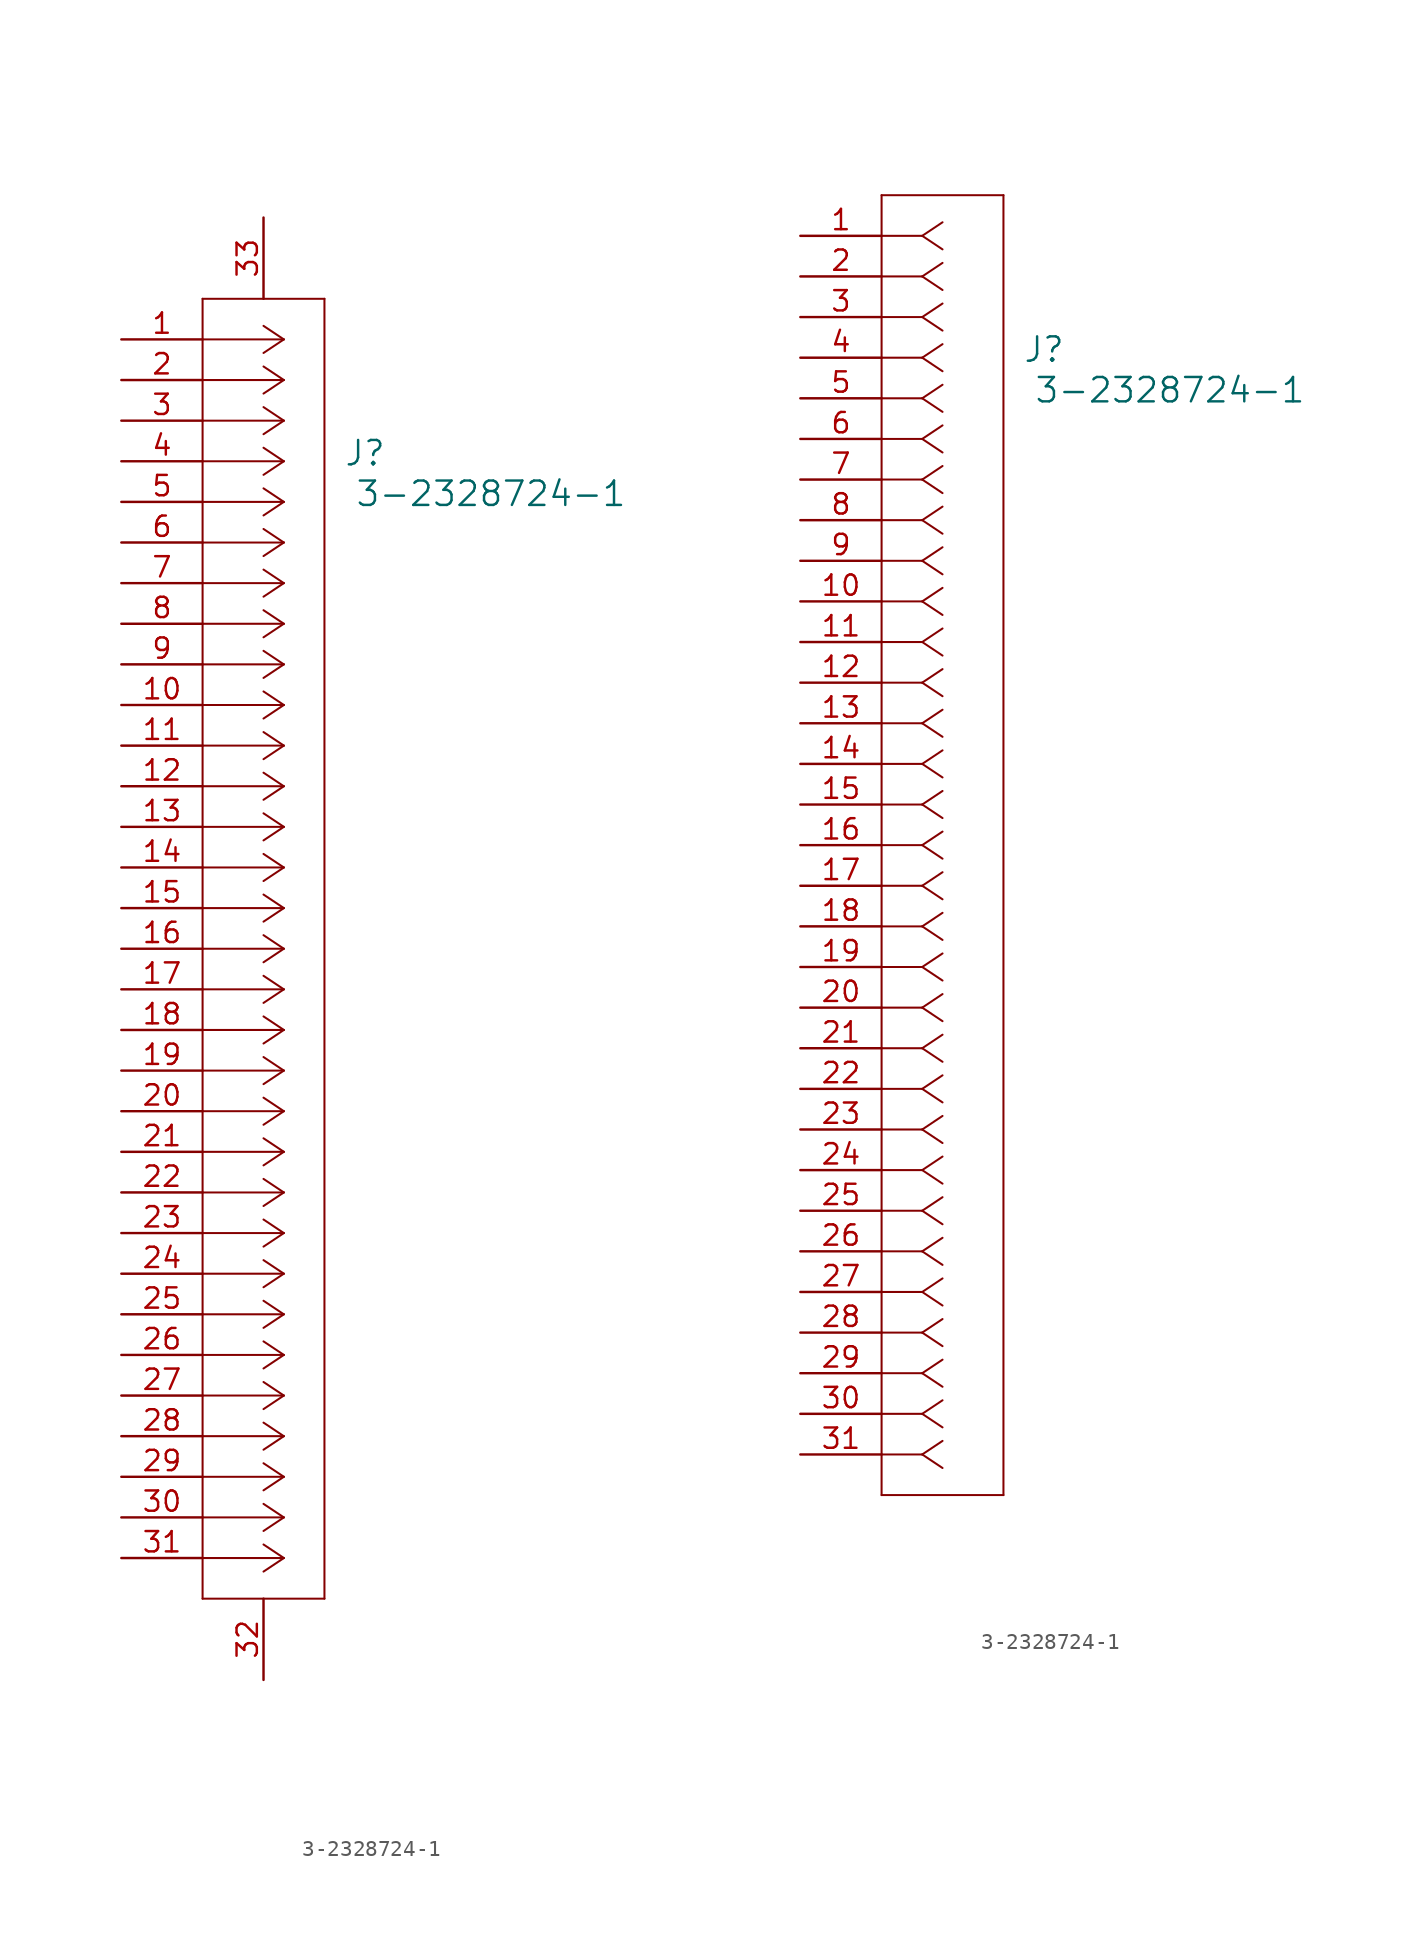
<source format=kicad_sym>
(kicad_symbol_lib
  (version 20231120)
  (generator "kicad_symbol_editor")
  (generator_version "8.0")
  (symbol "3-2328724-1"
    (pin_names
      (offset 0.254) hide)
    (property "Reference" "J"
      (at 15.24 -7.112 0)
      (effects (font (size 1.524 1.524))))
    (property "Value" "3-2328724-1"
      (at 23.114 -9.652 0)
      (effects (font (size 1.524 1.524))))
    (symbol "3-2328724-1_1_1"
      (polyline (pts (xy 5.08 -78.74) (xy 12.7 -78.74)) (stroke (width 0.127) (type default)) (fill (type none)))
      (polyline (pts (xy 5.08 2.54) (xy 5.08 -78.74)) (stroke (width 0.127) (type default)) (fill (type none)))
      (polyline (pts (xy 10.16 -76.2) (xy 5.08 -76.2)) (stroke (width 0.127) (type default)) (fill (type none)))
      (polyline (pts (xy 10.16 -76.2) (xy 8.89 -77.047)) (stroke (width 0.127) (type default)) (fill (type none)))
      (polyline (pts (xy 10.16 -76.2) (xy 8.89 -75.353)) (stroke (width 0.127) (type default)) (fill (type none)))
      (polyline (pts (xy 10.16 -73.66) (xy 5.08 -73.66)) (stroke (width 0.127) (type default)) (fill (type none)))
      (polyline (pts (xy 10.16 -73.66) (xy 8.89 -74.507)) (stroke (width 0.127) (type default)) (fill (type none)))
      (polyline (pts (xy 10.16 -73.66) (xy 8.89 -72.813)) (stroke (width 0.127) (type default)) (fill (type none)))
      (polyline (pts (xy 10.16 -71.12) (xy 5.08 -71.12)) (stroke (width 0.127) (type default)) (fill (type none)))
      (polyline (pts (xy 10.16 -71.12) (xy 8.89 -71.967)) (stroke (width 0.127) (type default)) (fill (type none)))
      (polyline (pts (xy 10.16 -71.12) (xy 8.89 -70.273)) (stroke (width 0.127) (type default)) (fill (type none)))
      (polyline (pts (xy 10.16 -68.58) (xy 5.08 -68.58)) (stroke (width 0.127) (type default)) (fill (type none)))
      (polyline (pts (xy 10.16 -68.58) (xy 8.89 -69.427)) (stroke (width 0.127) (type default)) (fill (type none)))
      (polyline (pts (xy 10.16 -68.58) (xy 8.89 -67.733)) (stroke (width 0.127) (type default)) (fill (type none)))
      (polyline (pts (xy 10.16 -66.04) (xy 5.08 -66.04)) (stroke (width 0.127) (type default)) (fill (type none)))
      (polyline (pts (xy 10.16 -66.04) (xy 8.89 -66.887)) (stroke (width 0.127) (type default)) (fill (type none)))
      (polyline (pts (xy 10.16 -66.04) (xy 8.89 -65.193)) (stroke (width 0.127) (type default)) (fill (type none)))
      (polyline (pts (xy 10.16 -63.5) (xy 5.08 -63.5)) (stroke (width 0.127) (type default)) (fill (type none)))
      (polyline (pts (xy 10.16 -63.5) (xy 8.89 -64.347)) (stroke (width 0.127) (type default)) (fill (type none)))
      (polyline (pts (xy 10.16 -63.5) (xy 8.89 -62.653)) (stroke (width 0.127) (type default)) (fill (type none)))
      (polyline (pts (xy 10.16 -60.96) (xy 5.08 -60.96)) (stroke (width 0.127) (type default)) (fill (type none)))
      (polyline (pts (xy 10.16 -60.96) (xy 8.89 -61.807)) (stroke (width 0.127) (type default)) (fill (type none)))
      (polyline (pts (xy 10.16 -60.96) (xy 8.89 -60.113)) (stroke (width 0.127) (type default)) (fill (type none)))
      (polyline (pts (xy 10.16 -58.42) (xy 5.08 -58.42)) (stroke (width 0.127) (type default)) (fill (type none)))
      (polyline (pts (xy 10.16 -58.42) (xy 8.89 -59.267)) (stroke (width 0.127) (type default)) (fill (type none)))
      (polyline (pts (xy 10.16 -58.42) (xy 8.89 -57.573)) (stroke (width 0.127) (type default)) (fill (type none)))
      (polyline (pts (xy 10.16 -55.88) (xy 5.08 -55.88)) (stroke (width 0.127) (type default)) (fill (type none)))
      (polyline (pts (xy 10.16 -55.88) (xy 8.89 -56.727)) (stroke (width 0.127) (type default)) (fill (type none)))
      (polyline (pts (xy 10.16 -55.88) (xy 8.89 -55.033)) (stroke (width 0.127) (type default)) (fill (type none)))
      (polyline (pts (xy 10.16 -53.34) (xy 5.08 -53.34)) (stroke (width 0.127) (type default)) (fill (type none)))
      (polyline (pts (xy 10.16 -53.34) (xy 8.89 -54.187)) (stroke (width 0.127) (type default)) (fill (type none)))
      (polyline (pts (xy 10.16 -53.34) (xy 8.89 -52.493)) (stroke (width 0.127) (type default)) (fill (type none)))
      (polyline (pts (xy 10.16 -50.8) (xy 5.08 -50.8)) (stroke (width 0.127) (type default)) (fill (type none)))
      (polyline (pts (xy 10.16 -50.8) (xy 8.89 -51.647)) (stroke (width 0.127) (type default)) (fill (type none)))
      (polyline (pts (xy 10.16 -50.8) (xy 8.89 -49.953)) (stroke (width 0.127) (type default)) (fill (type none)))
      (polyline (pts (xy 10.16 -48.26) (xy 5.08 -48.26)) (stroke (width 0.127) (type default)) (fill (type none)))
      (polyline (pts (xy 10.16 -48.26) (xy 8.89 -49.107)) (stroke (width 0.127) (type default)) (fill (type none)))
      (polyline (pts (xy 10.16 -48.26) (xy 8.89 -47.413)) (stroke (width 0.127) (type default)) (fill (type none)))
      (polyline (pts (xy 10.16 -45.72) (xy 5.08 -45.72)) (stroke (width 0.127) (type default)) (fill (type none)))
      (polyline (pts (xy 10.16 -45.72) (xy 8.89 -46.567)) (stroke (width 0.127) (type default)) (fill (type none)))
      (polyline (pts (xy 10.16 -45.72) (xy 8.89 -44.873)) (stroke (width 0.127) (type default)) (fill (type none)))
      (polyline (pts (xy 10.16 -43.18) (xy 5.08 -43.18)) (stroke (width 0.127) (type default)) (fill (type none)))
      (polyline (pts (xy 10.16 -43.18) (xy 8.89 -44.027)) (stroke (width 0.127) (type default)) (fill (type none)))
      (polyline (pts (xy 10.16 -43.18) (xy 8.89 -42.333)) (stroke (width 0.127) (type default)) (fill (type none)))
      (polyline (pts (xy 10.16 -40.64) (xy 5.08 -40.64)) (stroke (width 0.127) (type default)) (fill (type none)))
      (polyline (pts (xy 10.16 -40.64) (xy 8.89 -41.487)) (stroke (width 0.127) (type default)) (fill (type none)))
      (polyline (pts (xy 10.16 -40.64) (xy 8.89 -39.793)) (stroke (width 0.127) (type default)) (fill (type none)))
      (polyline (pts (xy 10.16 -38.1) (xy 5.08 -38.1)) (stroke (width 0.127) (type default)) (fill (type none)))
      (polyline (pts (xy 10.16 -38.1) (xy 8.89 -38.947)) (stroke (width 0.127) (type default)) (fill (type none)))
      (polyline (pts (xy 10.16 -38.1) (xy 8.89 -37.253)) (stroke (width 0.127) (type default)) (fill (type none)))
      (polyline (pts (xy 10.16 -35.56) (xy 5.08 -35.56)) (stroke (width 0.127) (type default)) (fill (type none)))
      (polyline (pts (xy 10.16 -35.56) (xy 8.89 -36.407)) (stroke (width 0.127) (type default)) (fill (type none)))
      (polyline (pts (xy 10.16 -35.56) (xy 8.89 -34.713)) (stroke (width 0.127) (type default)) (fill (type none)))
      (polyline (pts (xy 10.16 -33.02) (xy 5.08 -33.02)) (stroke (width 0.127) (type default)) (fill (type none)))
      (polyline (pts (xy 10.16 -33.02) (xy 8.89 -33.867)) (stroke (width 0.127) (type default)) (fill (type none)))
      (polyline (pts (xy 10.16 -33.02) (xy 8.89 -32.173)) (stroke (width 0.127) (type default)) (fill (type none)))
      (polyline (pts (xy 10.16 -30.48) (xy 5.08 -30.48)) (stroke (width 0.127) (type default)) (fill (type none)))
      (polyline (pts (xy 10.16 -30.48) (xy 8.89 -31.327)) (stroke (width 0.127) (type default)) (fill (type none)))
      (polyline (pts (xy 10.16 -30.48) (xy 8.89 -29.633)) (stroke (width 0.127) (type default)) (fill (type none)))
      (polyline (pts (xy 10.16 -27.94) (xy 5.08 -27.94)) (stroke (width 0.127) (type default)) (fill (type none)))
      (polyline (pts (xy 10.16 -27.94) (xy 8.89 -28.787)) (stroke (width 0.127) (type default)) (fill (type none)))
      (polyline (pts (xy 10.16 -27.94) (xy 8.89 -27.093)) (stroke (width 0.127) (type default)) (fill (type none)))
      (polyline (pts (xy 10.16 -25.4) (xy 5.08 -25.4)) (stroke (width 0.127) (type default)) (fill (type none)))
      (polyline (pts (xy 10.16 -25.4) (xy 8.89 -26.247)) (stroke (width 0.127) (type default)) (fill (type none)))
      (polyline (pts (xy 10.16 -25.4) (xy 8.89 -24.553)) (stroke (width 0.127) (type default)) (fill (type none)))
      (polyline (pts (xy 10.16 -22.86) (xy 5.08 -22.86)) (stroke (width 0.127) (type default)) (fill (type none)))
      (polyline (pts (xy 10.16 -22.86) (xy 8.89 -23.707)) (stroke (width 0.127) (type default)) (fill (type none)))
      (polyline (pts (xy 10.16 -22.86) (xy 8.89 -22.013)) (stroke (width 0.127) (type default)) (fill (type none)))
      (polyline (pts (xy 10.16 -20.32) (xy 5.08 -20.32)) (stroke (width 0.127) (type default)) (fill (type none)))
      (polyline (pts (xy 10.16 -20.32) (xy 8.89 -21.167)) (stroke (width 0.127) (type default)) (fill (type none)))
      (polyline (pts (xy 10.16 -20.32) (xy 8.89 -19.473)) (stroke (width 0.127) (type default)) (fill (type none)))
      (polyline (pts (xy 10.16 -17.78) (xy 5.08 -17.78)) (stroke (width 0.127) (type default)) (fill (type none)))
      (polyline (pts (xy 10.16 -17.78) (xy 8.89 -18.627)) (stroke (width 0.127) (type default)) (fill (type none)))
      (polyline (pts (xy 10.16 -17.78) (xy 8.89 -16.933)) (stroke (width 0.127) (type default)) (fill (type none)))
      (polyline (pts (xy 10.16 -15.24) (xy 5.08 -15.24)) (stroke (width 0.127) (type default)) (fill (type none)))
      (polyline (pts (xy 10.16 -15.24) (xy 8.89 -16.087)) (stroke (width 0.127) (type default)) (fill (type none)))
      (polyline (pts (xy 10.16 -15.24) (xy 8.89 -14.393)) (stroke (width 0.127) (type default)) (fill (type none)))
      (polyline (pts (xy 10.16 -12.7) (xy 5.08 -12.7)) (stroke (width 0.127) (type default)) (fill (type none)))
      (polyline (pts (xy 10.16 -12.7) (xy 8.89 -13.547)) (stroke (width 0.127) (type default)) (fill (type none)))
      (polyline (pts (xy 10.16 -12.7) (xy 8.89 -11.853)) (stroke (width 0.127) (type default)) (fill (type none)))
      (polyline (pts (xy 10.16 -10.16) (xy 5.08 -10.16)) (stroke (width 0.127) (type default)) (fill (type none)))
      (polyline (pts (xy 10.16 -10.16) (xy 8.89 -11.007)) (stroke (width 0.127) (type default)) (fill (type none)))
      (polyline (pts (xy 10.16 -10.16) (xy 8.89 -9.313)) (stroke (width 0.127) (type default)) (fill (type none)))
      (polyline (pts (xy 10.16 -7.62) (xy 5.08 -7.62)) (stroke (width 0.127) (type default)) (fill (type none)))
      (polyline (pts (xy 10.16 -7.62) (xy 8.89 -8.467)) (stroke (width 0.127) (type default)) (fill (type none)))
      (polyline (pts (xy 10.16 -7.62) (xy 8.89 -6.773)) (stroke (width 0.127) (type default)) (fill (type none)))
      (polyline (pts (xy 10.16 -5.08) (xy 5.08 -5.08)) (stroke (width 0.127) (type default)) (fill (type none)))
      (polyline (pts (xy 10.16 -5.08) (xy 8.89 -5.927)) (stroke (width 0.127) (type default)) (fill (type none)))
      (polyline (pts (xy 10.16 -5.08) (xy 8.89 -4.233)) (stroke (width 0.127) (type default)) (fill (type none)))
      (polyline (pts (xy 10.16 -2.54) (xy 5.08 -2.54)) (stroke (width 0.127) (type default)) (fill (type none)))
      (polyline (pts (xy 10.16 -2.54) (xy 8.89 -3.387)) (stroke (width 0.127) (type default)) (fill (type none)))
      (polyline (pts (xy 10.16 -2.54) (xy 8.89 -1.693)) (stroke (width 0.127) (type default)) (fill (type none)))
      (polyline (pts (xy 10.16 0) (xy 5.08 0)) (stroke (width 0.127) (type default)) (fill (type none)))
      (polyline (pts (xy 10.16 0) (xy 8.89 -0.847)) (stroke (width 0.127) (type default)) (fill (type none)))
      (polyline (pts (xy 10.16 0) (xy 8.89 0.847)) (stroke (width 0.127) (type default)) (fill (type none)))
      (polyline (pts (xy 12.7 -78.74) (xy 12.7 2.54)) (stroke (width 0.127) (type default)) (fill (type none)))
      (polyline (pts (xy 12.7 2.54) (xy 5.08 2.54)) (stroke (width 0.127) (type default)) (fill (type none)))
      (pin unspecified line (at 0 0 0) (length 5.08) (name "1" (effects (font (size 1.27 1.27)))) (number "1" (effects (font (size 1.27 1.27)))))
      (pin unspecified line (at 0 -22.86 0) (length 5.08) (name "10" (effects (font (size 1.27 1.27)))) (number "10" (effects (font (size 1.27 1.27)))))
      (pin unspecified line (at 0 -25.4 0) (length 5.08) (name "11" (effects (font (size 1.27 1.27)))) (number "11" (effects (font (size 1.27 1.27)))))
      (pin unspecified line (at 0 -27.94 0) (length 5.08) (name "12" (effects (font (size 1.27 1.27)))) (number "12" (effects (font (size 1.27 1.27)))))
      (pin unspecified line (at 0 -30.48 0) (length 5.08) (name "13" (effects (font (size 1.27 1.27)))) (number "13" (effects (font (size 1.27 1.27)))))
      (pin unspecified line (at 0 -33.02 0) (length 5.08) (name "14" (effects (font (size 1.27 1.27)))) (number "14" (effects (font (size 1.27 1.27)))))
      (pin unspecified line (at 0 -35.56 0) (length 5.08) (name "15" (effects (font (size 1.27 1.27)))) (number "15" (effects (font (size 1.27 1.27)))))
      (pin unspecified line (at 0 -38.1 0) (length 5.08) (name "16" (effects (font (size 1.27 1.27)))) (number "16" (effects (font (size 1.27 1.27)))))
      (pin unspecified line (at 0 -40.64 0) (length 5.08) (name "17" (effects (font (size 1.27 1.27)))) (number "17" (effects (font (size 1.27 1.27)))))
      (pin unspecified line (at 0 -43.18 0) (length 5.08) (name "18" (effects (font (size 1.27 1.27)))) (number "18" (effects (font (size 1.27 1.27)))))
      (pin unspecified line (at 0 -45.72 0) (length 5.08) (name "19" (effects (font (size 1.27 1.27)))) (number "19" (effects (font (size 1.27 1.27)))))
      (pin unspecified line (at 0 -2.54 0) (length 5.08) (name "2" (effects (font (size 1.27 1.27)))) (number "2" (effects (font (size 1.27 1.27)))))
      (pin unspecified line (at 0 -48.26 0) (length 5.08) (name "20" (effects (font (size 1.27 1.27)))) (number "20" (effects (font (size 1.27 1.27)))))
      (pin unspecified line (at 0 -50.8 0) (length 5.08) (name "21" (effects (font (size 1.27 1.27)))) (number "21" (effects (font (size 1.27 1.27)))))
      (pin unspecified line (at 0 -53.34 0) (length 5.08) (name "22" (effects (font (size 1.27 1.27)))) (number "22" (effects (font (size 1.27 1.27)))))
      (pin unspecified line (at 0 -55.88 0) (length 5.08) (name "23" (effects (font (size 1.27 1.27)))) (number "23" (effects (font (size 1.27 1.27)))))
      (pin unspecified line (at 0 -58.42 0) (length 5.08) (name "24" (effects (font (size 1.27 1.27)))) (number "24" (effects (font (size 1.27 1.27)))))
      (pin unspecified line (at 0 -60.96 0) (length 5.08) (name "25" (effects (font (size 1.27 1.27)))) (number "25" (effects (font (size 1.27 1.27)))))
      (pin unspecified line (at 0 -63.5 0) (length 5.08) (name "26" (effects (font (size 1.27 1.27)))) (number "26" (effects (font (size 1.27 1.27)))))
      (pin unspecified line (at 0 -66.04 0) (length 5.08) (name "27" (effects (font (size 1.27 1.27)))) (number "27" (effects (font (size 1.27 1.27)))))
      (pin unspecified line (at 0 -68.58 0) (length 5.08) (name "28" (effects (font (size 1.27 1.27)))) (number "28" (effects (font (size 1.27 1.27)))))
      (pin unspecified line (at 0 -71.12 0) (length 5.08) (name "29" (effects (font (size 1.27 1.27)))) (number "29" (effects (font (size 1.27 1.27)))))
      (pin unspecified line (at 0 -5.08 0) (length 5.08) (name "3" (effects (font (size 1.27 1.27)))) (number "3" (effects (font (size 1.27 1.27)))))
      (pin unspecified line (at 0 -73.66 0) (length 5.08) (name "30" (effects (font (size 1.27 1.27)))) (number "30" (effects (font (size 1.27 1.27)))))
      (pin unspecified line (at 0 -76.2 0) (length 5.08) (name "31" (effects (font (size 1.27 1.27)))) (number "31" (effects (font (size 1.27 1.27)))))
      (pin unspecified line (at 8.89 -83.82 90) (length 5.08) (name "MNT" (effects (font (size 1.27 1.27)))) (number "32" (effects (font (size 1.27 1.27)))))
      (pin unspecified line (at 8.89 7.62 270) (length 5.08) (name "MNT" (effects (font (size 1.27 1.27)))) (number "33" (effects (font (size 1.27 1.27)))))
      (pin unspecified line (at 0 -7.62 0) (length 5.08) (name "4" (effects (font (size 1.27 1.27)))) (number "4" (effects (font (size 1.27 1.27)))))
      (pin unspecified line (at 0 -10.16 0) (length 5.08) (name "5" (effects (font (size 1.27 1.27)))) (number "5" (effects (font (size 1.27 1.27)))))
      (pin unspecified line (at 0 -12.7 0) (length 5.08) (name "6" (effects (font (size 1.27 1.27)))) (number "6" (effects (font (size 1.27 1.27)))))
      (pin unspecified line (at 0 -15.24 0) (length 5.08) (name "7" (effects (font (size 1.27 1.27)))) (number "7" (effects (font (size 1.27 1.27)))))
      (pin unspecified line (at 0 -17.78 0) (length 5.08) (name "8" (effects (font (size 1.27 1.27)))) (number "8" (effects (font (size 1.27 1.27)))))
      (pin unspecified line (at 0 -20.32 0) (length 5.08) (name "9" (effects (font (size 1.27 1.27)))) (number "9" (effects (font (size 1.27 1.27))))))
    (symbol "3-2328724-1_1_2"
      (polyline (pts (xy 5.08 -78.74) (xy 12.7 -78.74)) (stroke (width 0.127) (type default)) (fill (type none)))
      (polyline (pts (xy 5.08 2.54) (xy 5.08 -78.74)) (stroke (width 0.127) (type default)) (fill (type none)))
      (polyline (pts (xy 7.62 -76.2) (xy 5.08 -76.2)) (stroke (width 0.127) (type default)) (fill (type none)))
      (polyline (pts (xy 7.62 -76.2) (xy 8.89 -77.047)) (stroke (width 0.127) (type default)) (fill (type none)))
      (polyline (pts (xy 7.62 -76.2) (xy 8.89 -75.353)) (stroke (width 0.127) (type default)) (fill (type none)))
      (polyline (pts (xy 7.62 -73.66) (xy 5.08 -73.66)) (stroke (width 0.127) (type default)) (fill (type none)))
      (polyline (pts (xy 7.62 -73.66) (xy 8.89 -74.507)) (stroke (width 0.127) (type default)) (fill (type none)))
      (polyline (pts (xy 7.62 -73.66) (xy 8.89 -72.813)) (stroke (width 0.127) (type default)) (fill (type none)))
      (polyline (pts (xy 7.62 -71.12) (xy 5.08 -71.12)) (stroke (width 0.127) (type default)) (fill (type none)))
      (polyline (pts (xy 7.62 -71.12) (xy 8.89 -71.967)) (stroke (width 0.127) (type default)) (fill (type none)))
      (polyline (pts (xy 7.62 -71.12) (xy 8.89 -70.273)) (stroke (width 0.127) (type default)) (fill (type none)))
      (polyline (pts (xy 7.62 -68.58) (xy 5.08 -68.58)) (stroke (width 0.127) (type default)) (fill (type none)))
      (polyline (pts (xy 7.62 -68.58) (xy 8.89 -69.427)) (stroke (width 0.127) (type default)) (fill (type none)))
      (polyline (pts (xy 7.62 -68.58) (xy 8.89 -67.733)) (stroke (width 0.127) (type default)) (fill (type none)))
      (polyline (pts (xy 7.62 -66.04) (xy 5.08 -66.04)) (stroke (width 0.127) (type default)) (fill (type none)))
      (polyline (pts (xy 7.62 -66.04) (xy 8.89 -66.887)) (stroke (width 0.127) (type default)) (fill (type none)))
      (polyline (pts (xy 7.62 -66.04) (xy 8.89 -65.193)) (stroke (width 0.127) (type default)) (fill (type none)))
      (polyline (pts (xy 7.62 -63.5) (xy 5.08 -63.5)) (stroke (width 0.127) (type default)) (fill (type none)))
      (polyline (pts (xy 7.62 -63.5) (xy 8.89 -64.347)) (stroke (width 0.127) (type default)) (fill (type none)))
      (polyline (pts (xy 7.62 -63.5) (xy 8.89 -62.653)) (stroke (width 0.127) (type default)) (fill (type none)))
      (polyline (pts (xy 7.62 -60.96) (xy 5.08 -60.96)) (stroke (width 0.127) (type default)) (fill (type none)))
      (polyline (pts (xy 7.62 -60.96) (xy 8.89 -61.807)) (stroke (width 0.127) (type default)) (fill (type none)))
      (polyline (pts (xy 7.62 -60.96) (xy 8.89 -60.113)) (stroke (width 0.127) (type default)) (fill (type none)))
      (polyline (pts (xy 7.62 -58.42) (xy 5.08 -58.42)) (stroke (width 0.127) (type default)) (fill (type none)))
      (polyline (pts (xy 7.62 -58.42) (xy 8.89 -59.267)) (stroke (width 0.127) (type default)) (fill (type none)))
      (polyline (pts (xy 7.62 -58.42) (xy 8.89 -57.573)) (stroke (width 0.127) (type default)) (fill (type none)))
      (polyline (pts (xy 7.62 -55.88) (xy 5.08 -55.88)) (stroke (width 0.127) (type default)) (fill (type none)))
      (polyline (pts (xy 7.62 -55.88) (xy 8.89 -56.727)) (stroke (width 0.127) (type default)) (fill (type none)))
      (polyline (pts (xy 7.62 -55.88) (xy 8.89 -55.033)) (stroke (width 0.127) (type default)) (fill (type none)))
      (polyline (pts (xy 7.62 -53.34) (xy 5.08 -53.34)) (stroke (width 0.127) (type default)) (fill (type none)))
      (polyline (pts (xy 7.62 -53.34) (xy 8.89 -54.187)) (stroke (width 0.127) (type default)) (fill (type none)))
      (polyline (pts (xy 7.62 -53.34) (xy 8.89 -52.493)) (stroke (width 0.127) (type default)) (fill (type none)))
      (polyline (pts (xy 7.62 -50.8) (xy 5.08 -50.8)) (stroke (width 0.127) (type default)) (fill (type none)))
      (polyline (pts (xy 7.62 -50.8) (xy 8.89 -51.647)) (stroke (width 0.127) (type default)) (fill (type none)))
      (polyline (pts (xy 7.62 -50.8) (xy 8.89 -49.953)) (stroke (width 0.127) (type default)) (fill (type none)))
      (polyline (pts (xy 7.62 -48.26) (xy 5.08 -48.26)) (stroke (width 0.127) (type default)) (fill (type none)))
      (polyline (pts (xy 7.62 -48.26) (xy 8.89 -49.107)) (stroke (width 0.127) (type default)) (fill (type none)))
      (polyline (pts (xy 7.62 -48.26) (xy 8.89 -47.413)) (stroke (width 0.127) (type default)) (fill (type none)))
      (polyline (pts (xy 7.62 -45.72) (xy 5.08 -45.72)) (stroke (width 0.127) (type default)) (fill (type none)))
      (polyline (pts (xy 7.62 -45.72) (xy 8.89 -46.567)) (stroke (width 0.127) (type default)) (fill (type none)))
      (polyline (pts (xy 7.62 -45.72) (xy 8.89 -44.873)) (stroke (width 0.127) (type default)) (fill (type none)))
      (polyline (pts (xy 7.62 -43.18) (xy 5.08 -43.18)) (stroke (width 0.127) (type default)) (fill (type none)))
      (polyline (pts (xy 7.62 -43.18) (xy 8.89 -44.027)) (stroke (width 0.127) (type default)) (fill (type none)))
      (polyline (pts (xy 7.62 -43.18) (xy 8.89 -42.333)) (stroke (width 0.127) (type default)) (fill (type none)))
      (polyline (pts (xy 7.62 -40.64) (xy 5.08 -40.64)) (stroke (width 0.127) (type default)) (fill (type none)))
      (polyline (pts (xy 7.62 -40.64) (xy 8.89 -41.487)) (stroke (width 0.127) (type default)) (fill (type none)))
      (polyline (pts (xy 7.62 -40.64) (xy 8.89 -39.793)) (stroke (width 0.127) (type default)) (fill (type none)))
      (polyline (pts (xy 7.62 -38.1) (xy 5.08 -38.1)) (stroke (width 0.127) (type default)) (fill (type none)))
      (polyline (pts (xy 7.62 -38.1) (xy 8.89 -38.947)) (stroke (width 0.127) (type default)) (fill (type none)))
      (polyline (pts (xy 7.62 -38.1) (xy 8.89 -37.253)) (stroke (width 0.127) (type default)) (fill (type none)))
      (polyline (pts (xy 7.62 -35.56) (xy 5.08 -35.56)) (stroke (width 0.127) (type default)) (fill (type none)))
      (polyline (pts (xy 7.62 -35.56) (xy 8.89 -36.407)) (stroke (width 0.127) (type default)) (fill (type none)))
      (polyline (pts (xy 7.62 -35.56) (xy 8.89 -34.713)) (stroke (width 0.127) (type default)) (fill (type none)))
      (polyline (pts (xy 7.62 -33.02) (xy 5.08 -33.02)) (stroke (width 0.127) (type default)) (fill (type none)))
      (polyline (pts (xy 7.62 -33.02) (xy 8.89 -33.867)) (stroke (width 0.127) (type default)) (fill (type none)))
      (polyline (pts (xy 7.62 -33.02) (xy 8.89 -32.173)) (stroke (width 0.127) (type default)) (fill (type none)))
      (polyline (pts (xy 7.62 -30.48) (xy 5.08 -30.48)) (stroke (width 0.127) (type default)) (fill (type none)))
      (polyline (pts (xy 7.62 -30.48) (xy 8.89 -31.327)) (stroke (width 0.127) (type default)) (fill (type none)))
      (polyline (pts (xy 7.62 -30.48) (xy 8.89 -29.633)) (stroke (width 0.127) (type default)) (fill (type none)))
      (polyline (pts (xy 7.62 -27.94) (xy 5.08 -27.94)) (stroke (width 0.127) (type default)) (fill (type none)))
      (polyline (pts (xy 7.62 -27.94) (xy 8.89 -28.787)) (stroke (width 0.127) (type default)) (fill (type none)))
      (polyline (pts (xy 7.62 -27.94) (xy 8.89 -27.093)) (stroke (width 0.127) (type default)) (fill (type none)))
      (polyline (pts (xy 7.62 -25.4) (xy 5.08 -25.4)) (stroke (width 0.127) (type default)) (fill (type none)))
      (polyline (pts (xy 7.62 -25.4) (xy 8.89 -26.247)) (stroke (width 0.127) (type default)) (fill (type none)))
      (polyline (pts (xy 7.62 -25.4) (xy 8.89 -24.553)) (stroke (width 0.127) (type default)) (fill (type none)))
      (polyline (pts (xy 7.62 -22.86) (xy 5.08 -22.86)) (stroke (width 0.127) (type default)) (fill (type none)))
      (polyline (pts (xy 7.62 -22.86) (xy 8.89 -23.707)) (stroke (width 0.127) (type default)) (fill (type none)))
      (polyline (pts (xy 7.62 -22.86) (xy 8.89 -22.013)) (stroke (width 0.127) (type default)) (fill (type none)))
      (polyline (pts (xy 7.62 -20.32) (xy 5.08 -20.32)) (stroke (width 0.127) (type default)) (fill (type none)))
      (polyline (pts (xy 7.62 -20.32) (xy 8.89 -21.167)) (stroke (width 0.127) (type default)) (fill (type none)))
      (polyline (pts (xy 7.62 -20.32) (xy 8.89 -19.473)) (stroke (width 0.127) (type default)) (fill (type none)))
      (polyline (pts (xy 7.62 -17.78) (xy 5.08 -17.78)) (stroke (width 0.127) (type default)) (fill (type none)))
      (polyline (pts (xy 7.62 -17.78) (xy 8.89 -18.627)) (stroke (width 0.127) (type default)) (fill (type none)))
      (polyline (pts (xy 7.62 -17.78) (xy 8.89 -16.933)) (stroke (width 0.127) (type default)) (fill (type none)))
      (polyline (pts (xy 7.62 -15.24) (xy 5.08 -15.24)) (stroke (width 0.127) (type default)) (fill (type none)))
      (polyline (pts (xy 7.62 -15.24) (xy 8.89 -16.087)) (stroke (width 0.127) (type default)) (fill (type none)))
      (polyline (pts (xy 7.62 -15.24) (xy 8.89 -14.393)) (stroke (width 0.127) (type default)) (fill (type none)))
      (polyline (pts (xy 7.62 -12.7) (xy 5.08 -12.7)) (stroke (width 0.127) (type default)) (fill (type none)))
      (polyline (pts (xy 7.62 -12.7) (xy 8.89 -13.547)) (stroke (width 0.127) (type default)) (fill (type none)))
      (polyline (pts (xy 7.62 -12.7) (xy 8.89 -11.853)) (stroke (width 0.127) (type default)) (fill (type none)))
      (polyline (pts (xy 7.62 -10.16) (xy 5.08 -10.16)) (stroke (width 0.127) (type default)) (fill (type none)))
      (polyline (pts (xy 7.62 -10.16) (xy 8.89 -11.007)) (stroke (width 0.127) (type default)) (fill (type none)))
      (polyline (pts (xy 7.62 -10.16) (xy 8.89 -9.313)) (stroke (width 0.127) (type default)) (fill (type none)))
      (polyline (pts (xy 7.62 -7.62) (xy 5.08 -7.62)) (stroke (width 0.127) (type default)) (fill (type none)))
      (polyline (pts (xy 7.62 -7.62) (xy 8.89 -8.467)) (stroke (width 0.127) (type default)) (fill (type none)))
      (polyline (pts (xy 7.62 -7.62) (xy 8.89 -6.773)) (stroke (width 0.127) (type default)) (fill (type none)))
      (polyline (pts (xy 7.62 -5.08) (xy 5.08 -5.08)) (stroke (width 0.127) (type default)) (fill (type none)))
      (polyline (pts (xy 7.62 -5.08) (xy 8.89 -5.927)) (stroke (width 0.127) (type default)) (fill (type none)))
      (polyline (pts (xy 7.62 -5.08) (xy 8.89 -4.233)) (stroke (width 0.127) (type default)) (fill (type none)))
      (polyline (pts (xy 7.62 -2.54) (xy 5.08 -2.54)) (stroke (width 0.127) (type default)) (fill (type none)))
      (polyline (pts (xy 7.62 -2.54) (xy 8.89 -3.387)) (stroke (width 0.127) (type default)) (fill (type none)))
      (polyline (pts (xy 7.62 -2.54) (xy 8.89 -1.693)) (stroke (width 0.127) (type default)) (fill (type none)))
      (polyline (pts (xy 7.62 0) (xy 5.08 0)) (stroke (width 0.127) (type default)) (fill (type none)))
      (polyline (pts (xy 7.62 0) (xy 8.89 -0.847)) (stroke (width 0.127) (type default)) (fill (type none)))
      (polyline (pts (xy 7.62 0) (xy 8.89 0.847)) (stroke (width 0.127) (type default)) (fill (type none)))
      (polyline (pts (xy 12.7 -78.74) (xy 12.7 2.54)) (stroke (width 0.127) (type default)) (fill (type none)))
      (polyline (pts (xy 12.7 2.54) (xy 5.08 2.54)) (stroke (width 0.127) (type default)) (fill (type none)))
      (pin unspecified line (at 0 0 0) (length 5.08) (name "1" (effects (font (size 1.27 1.27)))) (number "1" (effects (font (size 1.27 1.27)))))
      (pin unspecified line (at 0 -22.86 0) (length 5.08) (name "10" (effects (font (size 1.27 1.27)))) (number "10" (effects (font (size 1.27 1.27)))))
      (pin unspecified line (at 0 -25.4 0) (length 5.08) (name "11" (effects (font (size 1.27 1.27)))) (number "11" (effects (font (size 1.27 1.27)))))
      (pin unspecified line (at 0 -27.94 0) (length 5.08) (name "12" (effects (font (size 1.27 1.27)))) (number "12" (effects (font (size 1.27 1.27)))))
      (pin unspecified line (at 0 -30.48 0) (length 5.08) (name "13" (effects (font (size 1.27 1.27)))) (number "13" (effects (font (size 1.27 1.27)))))
      (pin unspecified line (at 0 -33.02 0) (length 5.08) (name "14" (effects (font (size 1.27 1.27)))) (number "14" (effects (font (size 1.27 1.27)))))
      (pin unspecified line (at 0 -35.56 0) (length 5.08) (name "15" (effects (font (size 1.27 1.27)))) (number "15" (effects (font (size 1.27 1.27)))))
      (pin unspecified line (at 0 -38.1 0) (length 5.08) (name "16" (effects (font (size 1.27 1.27)))) (number "16" (effects (font (size 1.27 1.27)))))
      (pin unspecified line (at 0 -40.64 0) (length 5.08) (name "17" (effects (font (size 1.27 1.27)))) (number "17" (effects (font (size 1.27 1.27)))))
      (pin unspecified line (at 0 -43.18 0) (length 5.08) (name "18" (effects (font (size 1.27 1.27)))) (number "18" (effects (font (size 1.27 1.27)))))
      (pin unspecified line (at 0 -45.72 0) (length 5.08) (name "19" (effects (font (size 1.27 1.27)))) (number "19" (effects (font (size 1.27 1.27)))))
      (pin unspecified line (at 0 -2.54 0) (length 5.08) (name "2" (effects (font (size 1.27 1.27)))) (number "2" (effects (font (size 1.27 1.27)))))
      (pin unspecified line (at 0 -48.26 0) (length 5.08) (name "20" (effects (font (size 1.27 1.27)))) (number "20" (effects (font (size 1.27 1.27)))))
      (pin unspecified line (at 0 -50.8 0) (length 5.08) (name "21" (effects (font (size 1.27 1.27)))) (number "21" (effects (font (size 1.27 1.27)))))
      (pin unspecified line (at 0 -53.34 0) (length 5.08) (name "22" (effects (font (size 1.27 1.27)))) (number "22" (effects (font (size 1.27 1.27)))))
      (pin unspecified line (at 0 -55.88 0) (length 5.08) (name "23" (effects (font (size 1.27 1.27)))) (number "23" (effects (font (size 1.27 1.27)))))
      (pin unspecified line (at 0 -58.42 0) (length 5.08) (name "24" (effects (font (size 1.27 1.27)))) (number "24" (effects (font (size 1.27 1.27)))))
      (pin unspecified line (at 0 -60.96 0) (length 5.08) (name "25" (effects (font (size 1.27 1.27)))) (number "25" (effects (font (size 1.27 1.27)))))
      (pin unspecified line (at 0 -63.5 0) (length 5.08) (name "26" (effects (font (size 1.27 1.27)))) (number "26" (effects (font (size 1.27 1.27)))))
      (pin unspecified line (at 0 -66.04 0) (length 5.08) (name "27" (effects (font (size 1.27 1.27)))) (number "27" (effects (font (size 1.27 1.27)))))
      (pin unspecified line (at 0 -68.58 0) (length 5.08) (name "28" (effects (font (size 1.27 1.27)))) (number "28" (effects (font (size 1.27 1.27)))))
      (pin unspecified line (at 0 -71.12 0) (length 5.08) (name "29" (effects (font (size 1.27 1.27)))) (number "29" (effects (font (size 1.27 1.27)))))
      (pin unspecified line (at 0 -5.08 0) (length 5.08) (name "3" (effects (font (size 1.27 1.27)))) (number "3" (effects (font (size 1.27 1.27)))))
      (pin unspecified line (at 0 -73.66 0) (length 5.08) (name "30" (effects (font (size 1.27 1.27)))) (number "30" (effects (font (size 1.27 1.27)))))
      (pin unspecified line (at 0 -76.2 0) (length 5.08) (name "31" (effects (font (size 1.27 1.27)))) (number "31" (effects (font (size 1.27 1.27)))))
      (pin unspecified line (at 0 -7.62 0) (length 5.08) (name "4" (effects (font (size 1.27 1.27)))) (number "4" (effects (font (size 1.27 1.27)))))
      (pin unspecified line (at 0 -10.16 0) (length 5.08) (name "5" (effects (font (size 1.27 1.27)))) (number "5" (effects (font (size 1.27 1.27)))))
      (pin unspecified line (at 0 -12.7 0) (length 5.08) (name "6" (effects (font (size 1.27 1.27)))) (number "6" (effects (font (size 1.27 1.27)))))
      (pin unspecified line (at 0 -15.24 0) (length 5.08) (name "7" (effects (font (size 1.27 1.27)))) (number "7" (effects (font (size 1.27 1.27)))))
      (pin unspecified line (at 0 -17.78 0) (length 5.08) (name "8" (effects (font (size 1.27 1.27)))) (number "8" (effects (font (size 1.27 1.27)))))
      (pin unspecified line (at 0 -20.32 0) (length 5.08) (name "9" (effects (font (size 1.27 1.27)))) (number "9" (effects (font (size 1.27 1.27))))))))
</source>
